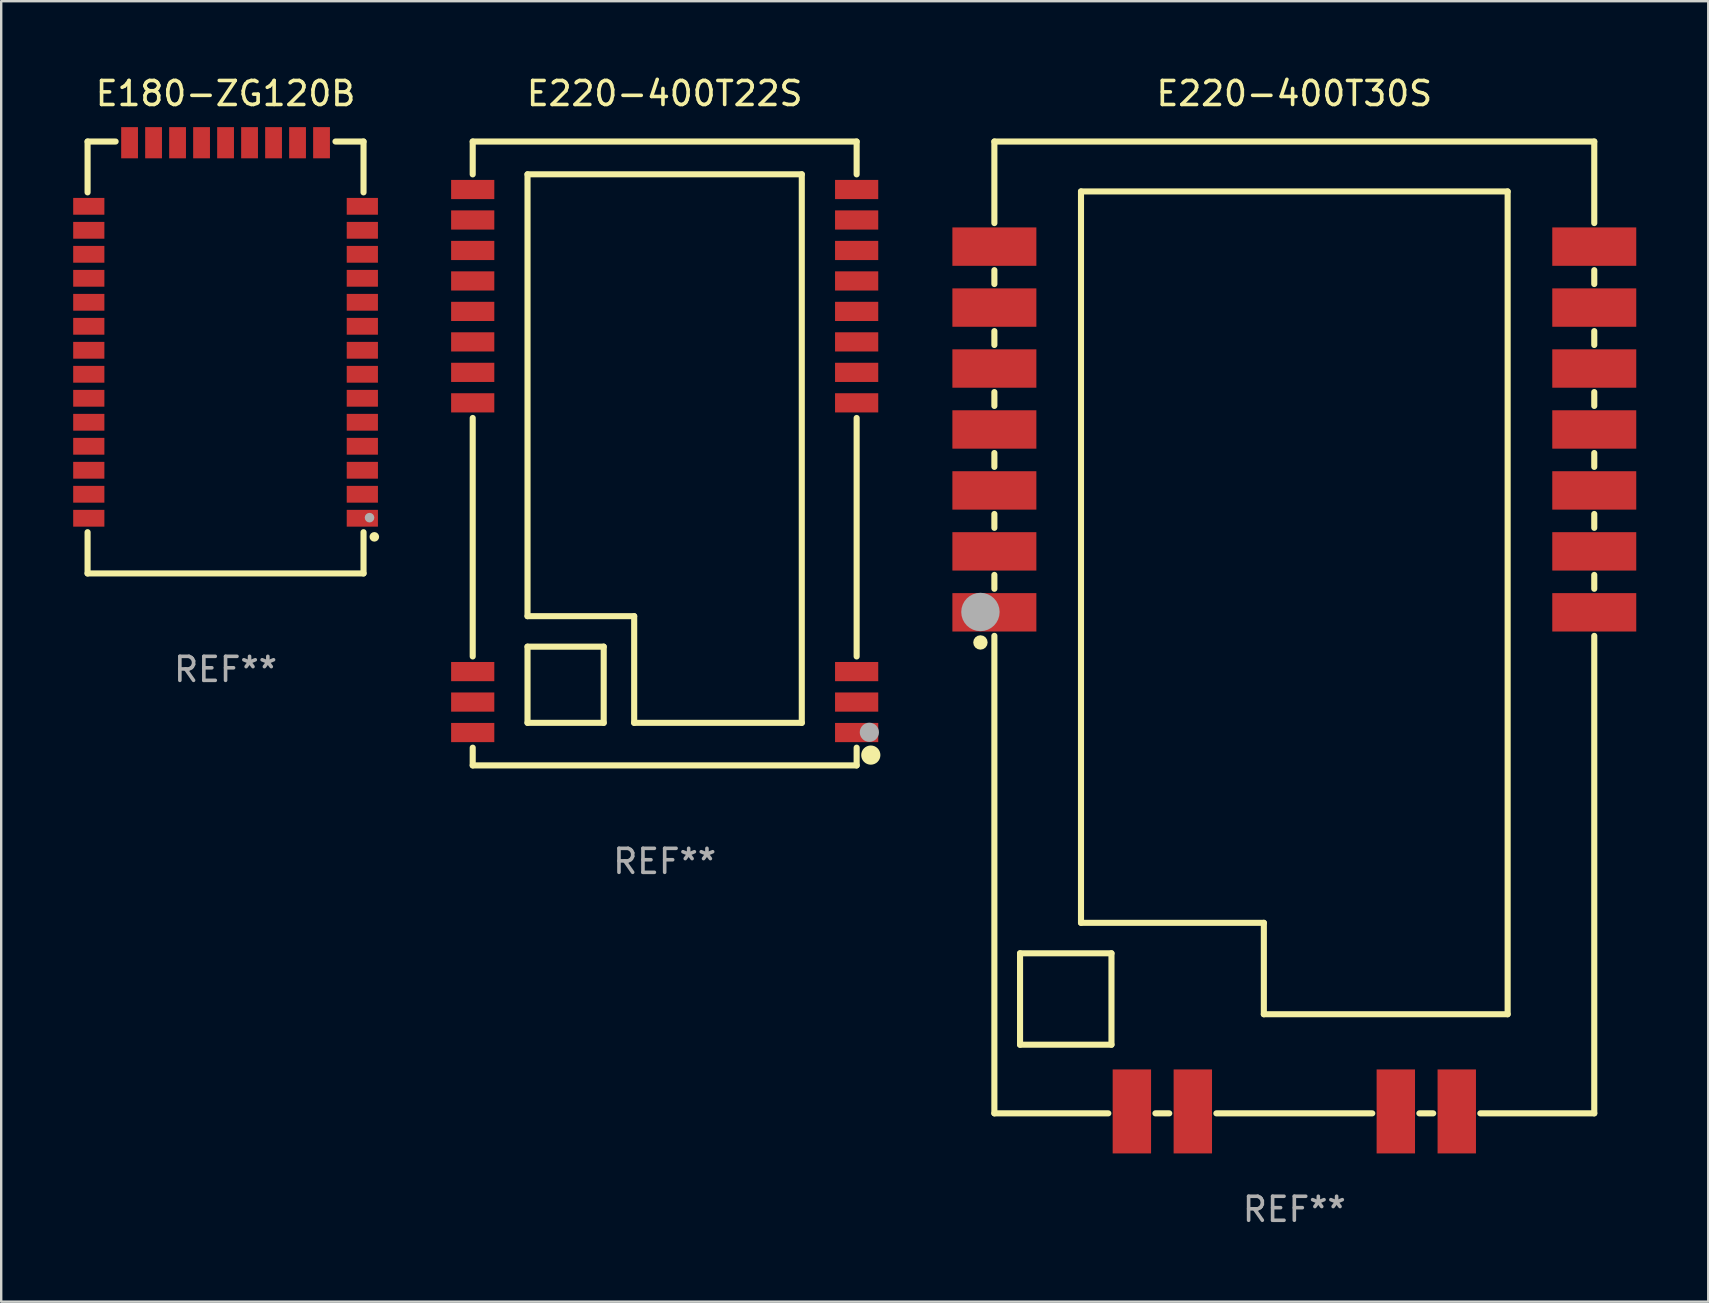
<source format=kicad_pcb>
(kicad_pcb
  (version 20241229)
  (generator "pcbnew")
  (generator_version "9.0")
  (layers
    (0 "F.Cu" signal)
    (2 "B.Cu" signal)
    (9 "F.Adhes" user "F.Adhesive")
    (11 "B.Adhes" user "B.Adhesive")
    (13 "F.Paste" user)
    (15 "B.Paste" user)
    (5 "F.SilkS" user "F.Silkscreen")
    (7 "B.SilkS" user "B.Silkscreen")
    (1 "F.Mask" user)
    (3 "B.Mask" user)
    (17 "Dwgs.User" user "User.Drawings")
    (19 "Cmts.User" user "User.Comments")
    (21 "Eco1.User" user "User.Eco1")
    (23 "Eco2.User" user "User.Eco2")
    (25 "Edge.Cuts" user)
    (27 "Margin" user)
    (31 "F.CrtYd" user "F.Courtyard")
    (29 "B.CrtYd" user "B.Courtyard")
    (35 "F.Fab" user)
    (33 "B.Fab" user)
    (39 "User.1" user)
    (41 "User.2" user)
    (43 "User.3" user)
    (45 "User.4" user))
  (footprint "E220-400T30S"
    (layer "F.Cu")
    (at 50.89 23.098)
    (property "Reference" "E220-400T30S" (at 0 -22.25 0) (layer "F.SilkS") (effects (font (size 1 1) (thickness 0.15))))
    (attr through_hole)
    (fp_line (start -12.5 -20.25) (end -12.5 -16.851) (stroke (width 0.254) (type solid)) (layer "F.SilkS"))
    (fp_line (start -12.5 -20.25) (end 12.5 -20.25) (stroke (width 0.254) (type solid)) (layer "F.SilkS"))
    (fp_line (start -12.5 -14.889) (end -12.5 -14.311) (stroke (width 0.254) (type solid)) (layer "F.SilkS"))
    (fp_line (start -12.5 -12.349) (end -12.5 -11.771) (stroke (width 0.254) (type solid)) (layer "F.SilkS"))
    (fp_line (start -12.5 -9.809) (end -12.5 -9.231) (stroke (width 0.254) (type solid)) (layer "F.SilkS"))
    (fp_line (start -12.5 -7.269) (end -12.5 -6.691) (stroke (width 0.254) (type solid)) (layer "F.SilkS"))
    (fp_line (start -12.5 -4.729) (end -12.5 -4.151) (stroke (width 0.254) (type solid)) (layer "F.SilkS"))
    (fp_line (start -12.5 -2.189) (end -12.5 -1.611) (stroke (width 0.254) (type solid)) (layer "F.SilkS"))
    (fp_line (start -12.5 0.351) (end -12.5 20.25) (stroke (width 0.254) (type solid)) (layer "F.SilkS"))
    (fp_line (start -12.5 20.25) (end -7.751 20.25) (stroke (width 0.254) (type solid)) (layer "F.SilkS"))
    (fp_line (start -11.43 13.58) (end -7.62 13.58) (stroke (width 0.254) (type solid)) (layer "F.SilkS"))
    (fp_line (start -11.43 17.39) (end -11.43 13.58) (stroke (width 0.254) (type solid)) (layer "F.SilkS"))
    (fp_line (start -8.89 -18.17) (end 8.89 -18.17) (stroke (width 0.254) (type solid)) (layer "F.SilkS"))
    (fp_line (start -8.89 12.31) (end -8.89 -18.17) (stroke (width 0.254) (type solid)) (layer "F.SilkS"))
    (fp_line (start -7.62 13.58) (end -7.62 17.39) (stroke (width 0.254) (type solid)) (layer "F.SilkS"))
    (fp_line (start -7.62 17.39) (end -11.43 17.39) (stroke (width 0.254) (type solid)) (layer "F.SilkS"))
    (fp_line (start -5.789 20.25) (end -5.211 20.25) (stroke (width 0.254) (type solid)) (layer "F.SilkS"))
    (fp_line (start -3.249 20.25) (end 3.249 20.25) (stroke (width 0.254) (type solid)) (layer "F.SilkS"))
    (fp_line (start -1.27 12.31) (end -8.89 12.31) (stroke (width 0.254) (type solid)) (layer "F.SilkS"))
    (fp_line (start -1.27 16.12) (end -1.27 12.31) (stroke (width 0.254) (type solid)) (layer "F.SilkS"))
    (fp_line (start 5.211 20.25) (end 5.789 20.25) (stroke (width 0.254) (type solid)) (layer "F.SilkS"))
    (fp_line (start 7.751 20.25) (end 12.5 20.25) (stroke (width 0.254) (type solid)) (layer "F.SilkS"))
    (fp_line (start 8.89 -18.17) (end 8.89 16.12) (stroke (width 0.254) (type solid)) (layer "F.SilkS"))
    (fp_line (start 8.89 16.12) (end -1.27 16.12) (stroke (width 0.254) (type solid)) (layer "F.SilkS"))
    (fp_line (start 12.5 -20.25) (end 12.5 -16.851) (stroke (width 0.254) (type solid)) (layer "F.SilkS"))
    (fp_line (start 12.5 -14.889) (end 12.5 -14.311) (stroke (width 0.254) (type solid)) (layer "F.SilkS"))
    (fp_line (start 12.5 -12.349) (end 12.5 -11.771) (stroke (width 0.254) (type solid)) (layer "F.SilkS"))
    (fp_line (start 12.5 -9.809) (end 12.5 -9.231) (stroke (width 0.254) (type solid)) (layer "F.SilkS"))
    (fp_line (start 12.5 -7.269) (end 12.5 -6.691) (stroke (width 0.254) (type solid)) (layer "F.SilkS"))
    (fp_line (start 12.5 -4.729) (end 12.5 -4.151) (stroke (width 0.254) (type solid)) (layer "F.SilkS"))
    (fp_line (start 12.5 -2.189) (end 12.5 -1.611) (stroke (width 0.254) (type solid)) (layer "F.SilkS"))
    (fp_line (start 12.5 0.351) (end 12.5 20.25) (stroke (width 0.254) (type solid)) (layer "F.SilkS"))
    (fp_circle (center -13.081 0.626) (end -12.931 0.626) (stroke (width 0.3) (type solid)) (fill no) (layer "F.SilkS"))
    (fp_circle (center -12.5 -20.25) (end -12.47 -20.25) (stroke (width 0.06) (type solid)) (fill no) (layer "F.SilkS"))
    (fp_circle (center -13.081 -0.644) (end -12.681 -0.644) (stroke (width 0.8) (type solid)) (fill no) (layer "F.Fab"))
    (fp_text user "REF**" (at 0 24.25 0) (layer "F.Fab") (effects (font (size 1 1) (thickness 0.15))))
    (pad "1" smd rect (at -12.5 -0.63 90) (size 1.6 3.5) (layers "F.Cu" "F.Mask" "F.Paste"))
    (pad "2" smd rect (at -12.5 -3.17 90) (size 1.6 3.5) (layers "F.Cu" "F.Mask" "F.Paste"))
    (pad "3" smd rect (at -12.5 -5.71 90) (size 1.6 3.5) (layers "F.Cu" "F.Mask" "F.Paste"))
    (pad "4" smd rect (at -12.5 -8.25 90) (size 1.6 3.5) (layers "F.Cu" "F.Mask" "F.Paste"))
    (pad "5" smd rect (at -12.5 -10.79 90) (size 1.6 3.5) (layers "F.Cu" "F.Mask" "F.Paste"))
    (pad "6" smd rect (at -12.5 -13.33 90) (size 1.6 3.5) (layers "F.Cu" "F.Mask" "F.Paste"))
    (pad "7" smd rect (at -12.5 -15.87 90) (size 1.6 3.5) (layers "F.Cu" "F.Mask" "F.Paste"))
    (pad "8" smd rect (at 12.5 -15.87 90) (size 1.6 3.5) (layers "F.Cu" "F.Mask" "F.Paste"))
    (pad "9" smd rect (at 12.5 -13.33 90) (size 1.6 3.5) (layers "F.Cu" "F.Mask" "F.Paste"))
    (pad "10" smd rect (at 12.5 -10.79 90) (size 1.6 3.5) (layers "F.Cu" "F.Mask" "F.Paste"))
    (pad "11" smd rect (at 12.5 -8.25 90) (size 1.6 3.5) (layers "F.Cu" "F.Mask" "F.Paste"))
    (pad "12" smd rect (at 12.5 -5.71 90) (size 1.6 3.5) (layers "F.Cu" "F.Mask" "F.Paste"))
    (pad "13" smd rect (at 12.5 -3.17 90) (size 1.6 3.5) (layers "F.Cu" "F.Mask" "F.Paste"))
    (pad "14" smd rect (at 12.5 -0.63 90) (size 1.6 3.5) (layers "F.Cu" "F.Mask" "F.Paste"))
    (pad "15" smd rect (at 6.77 20.17 180) (size 1.6 3.5) (layers "F.Cu" "F.Mask" "F.Paste"))
    (pad "16" smd rect (at 4.23 20.17 180) (size 1.6 3.5) (layers "F.Cu" "F.Mask" "F.Paste"))
    (pad "17" smd rect (at -4.23 20.17 180) (size 1.6 3.5) (layers "F.Cu" "F.Mask" "F.Paste"))
    (pad "18" smd rect (at -6.77 20.17 180) (size 1.6 3.5) (layers "F.Cu" "F.Mask" "F.Paste")))
  (footprint "E220-400T22S"
    (layer "F.Cu")
    (at 24.65 15.848)
    (property "Reference" "E220-400T22S" (at 0 -15 0) (layer "F.SilkS") (effects (font (size 1 1) (thickness 0.15))))
    (attr through_hole)
    (fp_line (start -8 -13) (end -8 -11.631) (stroke (width 0.254) (type solid)) (layer "F.SilkS"))
    (fp_line (start -8 -13) (end 8 -13) (stroke (width 0.254) (type solid)) (layer "F.SilkS"))
    (fp_line (start -8 -1.479) (end -8 8.459) (stroke (width 0.254) (type solid)) (layer "F.SilkS"))
    (fp_line (start -8 12.261) (end -8 13) (stroke (width 0.254) (type solid)) (layer "F.SilkS"))
    (fp_line (start -8 13) (end 8 13) (stroke (width 0.254) (type solid)) (layer "F.SilkS"))
    (fp_line (start -5.716 -11.634) (end 5.714 -11.634) (stroke (width 0.254) (type solid)) (layer "F.SilkS"))
    (fp_line (start -5.716 6.781) (end -5.716 -11.634) (stroke (width 0.254) (type solid)) (layer "F.SilkS"))
    (fp_line (start -5.716 8.051) (end -2.541 8.051) (stroke (width 0.254) (type solid)) (layer "F.SilkS"))
    (fp_line (start -5.716 11.226) (end -5.716 8.051) (stroke (width 0.254) (type solid)) (layer "F.SilkS"))
    (fp_line (start -2.541 8.051) (end -2.541 11.226) (stroke (width 0.254) (type solid)) (layer "F.SilkS"))
    (fp_line (start -2.541 11.226) (end -5.716 11.226) (stroke (width 0.254) (type solid)) (layer "F.SilkS"))
    (fp_line (start -1.271 6.781) (end -5.716 6.781) (stroke (width 0.254) (type solid)) (layer "F.SilkS"))
    (fp_line (start -1.271 11.226) (end -1.271 6.781) (stroke (width 0.254) (type solid)) (layer "F.SilkS"))
    (fp_line (start 5.714 -11.634) (end 5.714 11.226) (stroke (width 0.254) (type solid)) (layer "F.SilkS"))
    (fp_line (start 5.714 11.226) (end -1.271 11.226) (stroke (width 0.254) (type solid)) (layer "F.SilkS"))
    (fp_line (start 8 -13) (end 8 -11.631) (stroke (width 0.254) (type solid)) (layer "F.SilkS"))
    (fp_line (start 8 -1.479) (end 8 8.459) (stroke (width 0.254) (type solid)) (layer "F.SilkS"))
    (fp_line (start 8 12.261) (end 8 13) (stroke (width 0.254) (type solid)) (layer "F.SilkS"))
    (fp_circle (center 8 13.03) (end 8.03 13.03) (stroke (width 0.06) (type solid)) (fill no) (layer "F.SilkS"))
    (fp_circle (center 8.59 12.57) (end 8.79 12.57) (stroke (width 0.4) (type solid)) (fill no) (layer "F.SilkS"))
    (fp_circle (center 8.53 11.62) (end 8.73 11.62) (stroke (width 0.4) (type solid)) (fill no) (layer "F.Fab"))
    (fp_text user "REF**" (at 0 17 0) (layer "F.Fab") (effects (font (size 1 1) (thickness 0.15))))
    (pad "1" smd rect (at 8 11.63 90) (size 0.8 1.8) (layers "F.Cu" "F.Mask" "F.Paste"))
    (pad "2" smd rect (at 8 10.36 90) (size 0.8 1.8) (layers "F.Cu" "F.Mask" "F.Paste"))
    (pad "3" smd rect (at 8 9.09 90) (size 0.8 1.8) (layers "F.Cu" "F.Mask" "F.Paste"))
    (pad "4" smd rect (at 8 -2.11 90) (size 0.8 1.8) (layers "F.Cu" "F.Mask" "F.Paste"))
    (pad "5" smd rect (at 8 -3.38 90) (size 0.8 1.8) (layers "F.Cu" "F.Mask" "F.Paste"))
    (pad "6" smd rect (at 8 -4.65 90) (size 0.8 1.8) (layers "F.Cu" "F.Mask" "F.Paste"))
    (pad "7" smd rect (at 8 -5.92 90) (size 0.8 1.8) (layers "F.Cu" "F.Mask" "F.Paste"))
    (pad "8" smd rect (at 8 -7.19 270) (size 0.8 1.8) (layers "F.Cu" "F.Mask" "F.Paste"))
    (pad "9" smd rect (at 8 -8.46 270) (size 0.8 1.8) (layers "F.Cu" "F.Mask" "F.Paste"))
    (pad "10" smd rect (at 8 -9.73 270) (size 0.8 1.8) (layers "F.Cu" "F.Mask" "F.Paste"))
    (pad "11" smd rect (at 8 -11 270) (size 0.8 1.8) (layers "F.Cu" "F.Mask" "F.Paste"))
    (pad "12" smd rect (at -8 -11 90) (size 0.8 1.8) (layers "F.Cu" "F.Mask" "F.Paste"))
    (pad "13" smd rect (at -8 -9.73 90) (size 0.8 1.8) (layers "F.Cu" "F.Mask" "F.Paste"))
    (pad "14" smd rect (at -8 -8.46 90) (size 0.8 1.8) (layers "F.Cu" "F.Mask" "F.Paste"))
    (pad "15" smd rect (at -8 -7.19 270) (size 0.8 1.8) (layers "F.Cu" "F.Mask" "F.Paste"))
    (pad "16" smd rect (at -8 -5.92 270) (size 0.8 1.8) (layers "F.Cu" "F.Mask" "F.Paste"))
    (pad "17" smd rect (at -8 -4.65 270) (size 0.8 1.8) (layers "F.Cu" "F.Mask" "F.Paste"))
    (pad "18" smd rect (at -8 -3.38 270) (size 0.8 1.8) (layers "F.Cu" "F.Mask" "F.Paste"))
    (pad "19" smd rect (at -8 -2.11 270) (size 0.8 1.8) (layers "F.Cu" "F.Mask" "F.Paste"))
    (pad "20" smd rect (at -8 9.09 270) (size 0.8 1.8) (layers "F.Cu" "F.Mask" "F.Paste"))
    (pad "21" smd rect (at -8 10.36 270) (size 0.8 1.8) (layers "F.Cu" "F.Mask" "F.Paste"))
    (pad "22" smd rect (at -8 11.63 270) (size 0.8 1.8) (layers "F.Cu" "F.Mask" "F.Paste")))
  (footprint "E180-ZG120B"
    (layer "F.Cu")
    (at 6.35 11.848)
    (property "Reference" "E180-ZG120B" (at 0 -11 0) (layer "F.SilkS") (effects (font (size 1 1) (thickness 0.15))))
    (attr through_hole)
    (fp_line (start -5.75 -9) (end -5.75 -6.881) (stroke (width 0.254) (type solid)) (layer "F.SilkS"))
    (fp_line (start -5.75 7.281) (end -5.75 9) (stroke (width 0.254) (type solid)) (layer "F.SilkS"))
    (fp_line (start -4.581 -9) (end -5.75 -9) (stroke (width 0.254) (type solid)) (layer "F.SilkS"))
    (fp_line (start 5.75 -9) (end 4.581 -9) (stroke (width 0.254) (type solid)) (layer "F.SilkS"))
    (fp_line (start 5.75 -6.881) (end 5.75 -9) (stroke (width 0.254) (type solid)) (layer "F.SilkS"))
    (fp_line (start 5.75 9) (end -5.75 9) (stroke (width 0.254) (type solid)) (layer "F.SilkS"))
    (fp_line (start 5.75 9) (end 5.75 7.281) (stroke (width 0.254) (type solid)) (layer "F.SilkS"))
    (fp_circle (center 5.8 8.975) (end 5.83 8.975) (stroke (width 0.06) (type solid)) (fill no) (layer "F.SilkS"))
    (fp_circle (center 6.2 7.475) (end 6.3 7.475) (stroke (width 0.2) (type solid)) (fill no) (layer "F.SilkS"))
    (fp_circle (center 6 6.675) (end 6.1 6.675) (stroke (width 0.2) (type solid)) (fill no) (layer "F.Fab"))
    (fp_text user "REF**" (at 0 13 0) (layer "F.Fab") (effects (font (size 1 1) (thickness 0.15))))
    (pad "1" smd rect (at 5.7 6.7 270) (size 0.7 1.3) (layers "F.Cu" "F.Mask" "F.Paste"))
    (pad "2" smd rect (at 5.7 5.7 270) (size 0.7 1.3) (layers "F.Cu" "F.Mask" "F.Paste"))
    (pad "3" smd rect (at 5.7 4.7 270) (size 0.7 1.3) (layers "F.Cu" "F.Mask" "F.Paste"))
    (pad "4" smd rect (at 5.7 3.7 270) (size 0.7 1.3) (layers "F.Cu" "F.Mask" "F.Paste"))
    (pad "5" smd rect (at 5.7 2.7 270) (size 0.7 1.3) (layers "F.Cu" "F.Mask" "F.Paste"))
    (pad "6" smd rect (at 5.7 1.7 270) (size 0.7 1.3) (layers "F.Cu" "F.Mask" "F.Paste"))
    (pad "7" smd rect (at 5.7 0.7 270) (size 0.7 1.3) (layers "F.Cu" "F.Mask" "F.Paste"))
    (pad "8" smd rect (at 5.7 -0.3 270) (size 0.7 1.3) (layers "F.Cu" "F.Mask" "F.Paste"))
    (pad "9" smd rect (at 5.7 -1.3 270) (size 0.7 1.3) (layers "F.Cu" "F.Mask" "F.Paste"))
    (pad "10" smd rect (at 5.7 -2.3 270) (size 0.7 1.3) (layers "F.Cu" "F.Mask" "F.Paste"))
    (pad "11" smd rect (at 5.7 -3.3 270) (size 0.7 1.3) (layers "F.Cu" "F.Mask" "F.Paste"))
    (pad "12" smd rect (at 5.7 -4.3 270) (size 0.7 1.3) (layers "F.Cu" "F.Mask" "F.Paste"))
    (pad "13" smd rect (at 5.7 -5.3 270) (size 0.7 1.3) (layers "F.Cu" "F.Mask" "F.Paste"))
    (pad "14" smd rect (at 5.7 -6.3 270) (size 0.7 1.3) (layers "F.Cu" "F.Mask" "F.Paste"))
    (pad "15" smd rect (at 4 -8.95) (size 0.7 1.3) (layers "F.Cu" "F.Mask" "F.Paste"))
    (pad "16" smd rect (at 3 -8.95) (size 0.7 1.3) (layers "F.Cu" "F.Mask" "F.Paste"))
    (pad "17" smd rect (at 2 -8.95) (size 0.7 1.3) (layers "F.Cu" "F.Mask" "F.Paste"))
    (pad "18" smd rect (at 1 -8.95) (size 0.7 1.3) (layers "F.Cu" "F.Mask" "F.Paste"))
    (pad "19" smd rect (at 0.000152 -8.95) (size 0.7 1.3) (layers "F.Cu" "F.Mask" "F.Paste"))
    (pad "20" smd rect (at -1 -8.95) (size 0.7 1.3) (layers "F.Cu" "F.Mask" "F.Paste"))
    (pad "21" smd rect (at -2 -8.95) (size 0.7 1.3) (layers "F.Cu" "F.Mask" "F.Paste"))
    (pad "22" smd rect (at -3 -8.95) (size 0.7 1.3) (layers "F.Cu" "F.Mask" "F.Paste"))
    (pad "23" smd rect (at -4 -8.95) (size 0.7 1.3) (layers "F.Cu" "F.Mask" "F.Paste"))
    (pad "24" smd rect (at -5.7 -6.3 90) (size 0.7 1.3) (layers "F.Cu" "F.Mask" "F.Paste"))
    (pad "25" smd rect (at -5.7 -5.3 90) (size 0.7 1.3) (layers "F.Cu" "F.Mask" "F.Paste"))
    (pad "26" smd rect (at -5.7 -4.3 90) (size 0.7 1.3) (layers "F.Cu" "F.Mask" "F.Paste"))
    (pad "27" smd rect (at -5.7 -3.3 90) (size 0.7 1.3) (layers "F.Cu" "F.Mask" "F.Paste"))
    (pad "28" smd rect (at -5.7 -2.3 90) (size 0.7 1.3) (layers "F.Cu" "F.Mask" "F.Paste"))
    (pad "29" smd rect (at -5.7 -1.3 90) (size 0.7 1.3) (layers "F.Cu" "F.Mask" "F.Paste"))
    (pad "30" smd rect (at -5.7 -0.3 90) (size 0.7 1.3) (layers "F.Cu" "F.Mask" "F.Paste"))
    (pad "31" smd rect (at -5.7 0.7 90) (size 0.7 1.3) (layers "F.Cu" "F.Mask" "F.Paste"))
    (pad "32" smd rect (at -5.7 1.7 90) (size 0.7 1.3) (layers "F.Cu" "F.Mask" "F.Paste"))
    (pad "33" smd rect (at -5.7 2.7 90) (size 0.7 1.3) (layers "F.Cu" "F.Mask" "F.Paste"))
    (pad "34" smd rect (at -5.7 3.7 90) (size 0.7 1.3) (layers "F.Cu" "F.Mask" "F.Paste"))
    (pad "35" smd rect (at -5.7 4.7 90) (size 0.7 1.3) (layers "F.Cu" "F.Mask" "F.Paste"))
    (pad "36" smd rect (at -5.7 5.7 90) (size 0.7 1.3) (layers "F.Cu" "F.Mask" "F.Paste"))
    (pad "37" smd rect (at -5.7 6.7 90) (size 0.7 1.3) (layers "F.Cu" "F.Mask" "F.Paste")))
  (gr_rect
    (start -3 -3)
    (end 68.14 51.197)
    (stroke (width 0.1) (type default))
    (fill no)
    (layer "Edge.Cuts")))
</source>
